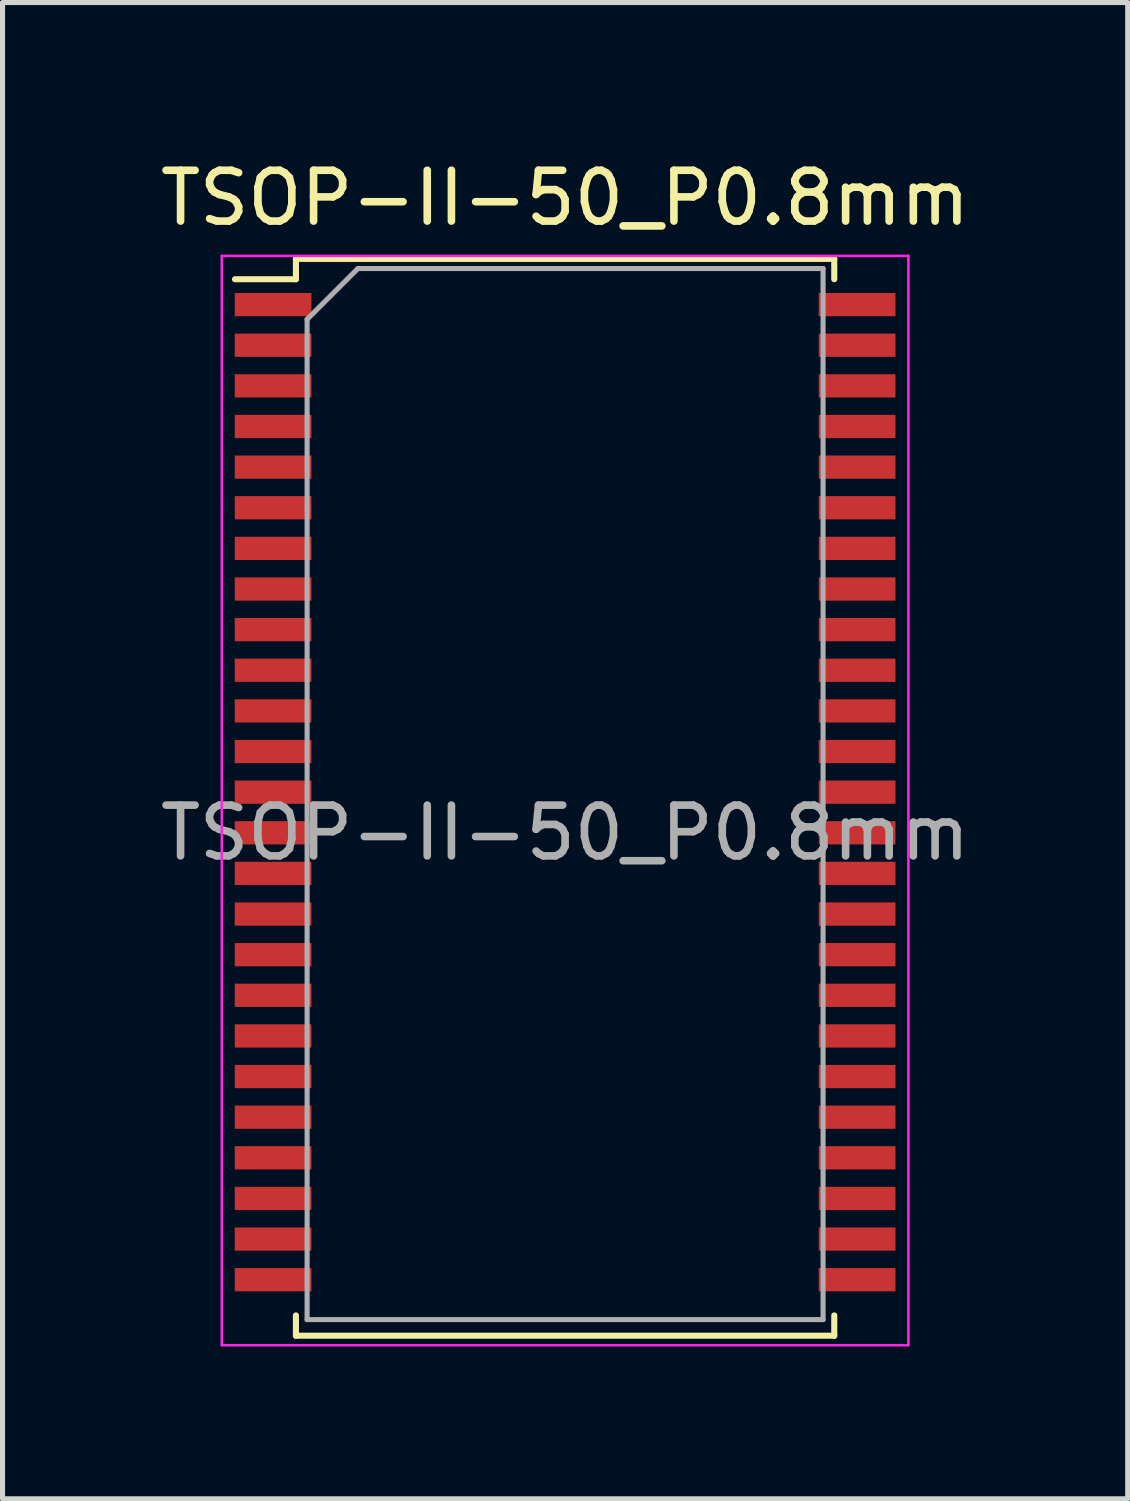
<source format=kicad_pcb>
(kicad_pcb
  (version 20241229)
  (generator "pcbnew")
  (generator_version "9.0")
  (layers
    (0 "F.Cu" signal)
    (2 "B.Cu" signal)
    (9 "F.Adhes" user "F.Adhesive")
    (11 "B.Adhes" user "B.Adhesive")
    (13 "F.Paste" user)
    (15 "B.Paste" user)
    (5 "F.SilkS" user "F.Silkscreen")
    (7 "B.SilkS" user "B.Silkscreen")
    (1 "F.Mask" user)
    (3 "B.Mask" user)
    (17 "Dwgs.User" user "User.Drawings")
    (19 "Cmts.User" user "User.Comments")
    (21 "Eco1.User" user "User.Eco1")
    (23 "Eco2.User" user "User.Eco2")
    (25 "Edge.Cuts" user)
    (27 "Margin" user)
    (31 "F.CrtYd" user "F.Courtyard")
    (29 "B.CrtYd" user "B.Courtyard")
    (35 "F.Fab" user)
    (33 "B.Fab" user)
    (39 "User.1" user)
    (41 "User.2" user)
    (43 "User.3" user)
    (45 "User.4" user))
  (footprint "TSOP-II-50_P0.8mm"
    (layer "F.Cu")
    (at 8.077 13.348)
    (property "Reference" "TSOP-II-50_P0.8mm" (at 0 -12.5 0) (layer "F.SilkS") (effects (font (size 1 1) (thickness 0.15))))
    (attr smd)
    (fp_line (start -6.5 -10.9) (end -5.3 -10.9) (stroke (width 0.12) (type solid)) (layer "F.SilkS"))
    (fp_line (start -5.3 -11.3) (end 5.3 -11.3) (stroke (width 0.12) (type solid)) (layer "F.SilkS"))
    (fp_line (start -5.3 -10.9) (end -5.3 -11.3) (stroke (width 0.12) (type solid)) (layer "F.SilkS"))
    (fp_line (start -5.3 9.503) (end -5.3 9.903) (stroke (width 0.12) (type solid)) (layer "F.SilkS"))
    (fp_line (start -5.3 9.903) (end 5.3 9.903) (stroke (width 0.12) (type solid)) (layer "F.SilkS"))
    (fp_line (start 5.3 -11.3) (end 5.3 -10.9) (stroke (width 0.12) (type solid)) (layer "F.SilkS"))
    (fp_line (start 5.3 9.503) (end 5.3 9.903) (stroke (width 0.12) (type solid)) (layer "F.SilkS"))
    (fp_line (start -6.76 -11.36) (end -6.76 10.09) (stroke (width 0.05) (type solid)) (layer "F.CrtYd"))
    (fp_line (start -6.76 -11.36) (end 6.76 -11.36) (stroke (width 0.05) (type solid)) (layer "F.CrtYd"))
    (fp_line (start 6.76 -11.36) (end 6.76 10.09) (stroke (width 0.05) (type solid)) (layer "F.CrtYd"))
    (fp_line (start 6.76 10.09) (end -6.76 10.09) (stroke (width 0.05) (type solid)) (layer "F.CrtYd"))
    (fp_line (start -5.08 9.586) (end -5.08 -10.11) (stroke (width 0.1) (type solid)) (layer "F.Fab"))
    (fp_line (start -4.08 -11.11) (end -5.08 -10.11) (stroke (width 0.1) (type solid)) (layer "F.Fab"))
    (fp_line (start -4.08 -11.11) (end 5.08 -11.11) (stroke (width 0.1) (type solid)) (layer "F.Fab"))
    (fp_line (start 5.08 -11.11) (end 5.08 9.586) (stroke (width 0.1) (type solid)) (layer "F.Fab"))
    (fp_line (start 5.08 9.586) (end -5.08 9.586) (stroke (width 0.1) (type solid)) (layer "F.Fab"))
    (fp_text user "${REFERENCE}" (at 0 0 0) (layer "F.Fab") (effects (font (size 1 1) (thickness 0.15))))
    (pad "1" smd rect (at -5.75 -10.4) (size 1.51 0.458) (layers "F.Cu" "F.Mask" "F.Paste"))
    (pad "2" smd rect (at -5.75 -9.6) (size 1.51 0.458) (layers "F.Cu" "F.Mask" "F.Paste"))
    (pad "3" smd rect (at -5.75 -8.8) (size 1.51 0.458) (layers "F.Cu" "F.Mask" "F.Paste"))
    (pad "4" smd rect (at -5.75 -8) (size 1.51 0.458) (layers "F.Cu" "F.Mask" "F.Paste"))
    (pad "5" smd rect (at -5.75 -7.2) (size 1.51 0.458) (layers "F.Cu" "F.Mask" "F.Paste"))
    (pad "6" smd rect (at -5.75 -6.4) (size 1.51 0.458) (layers "F.Cu" "F.Mask" "F.Paste"))
    (pad "7" smd rect (at -5.75 -5.6) (size 1.51 0.458) (layers "F.Cu" "F.Mask" "F.Paste"))
    (pad "8" smd rect (at -5.75 -4.8) (size 1.51 0.458) (layers "F.Cu" "F.Mask" "F.Paste"))
    (pad "9" smd rect (at -5.75 -4) (size 1.51 0.458) (layers "F.Cu" "F.Mask" "F.Paste"))
    (pad "10" smd rect (at -5.75 -3.2) (size 1.51 0.458) (layers "F.Cu" "F.Mask" "F.Paste"))
    (pad "11" smd rect (at -5.75 -2.4) (size 1.51 0.458) (layers "F.Cu" "F.Mask" "F.Paste"))
    (pad "12" smd rect (at -5.75 -1.6) (size 1.51 0.458) (layers "F.Cu" "F.Mask" "F.Paste"))
    (pad "13" smd rect (at -5.75 -0.8) (size 1.51 0.458) (layers "F.Cu" "F.Mask" "F.Paste"))
    (pad "14" smd rect (at -5.75 0) (size 1.51 0.458) (layers "F.Cu" "F.Mask" "F.Paste"))
    (pad "15" smd rect (at -5.75 0.8) (size 1.51 0.458) (layers "F.Cu" "F.Mask" "F.Paste"))
    (pad "16" smd rect (at -5.75 1.6) (size 1.51 0.458) (layers "F.Cu" "F.Mask" "F.Paste"))
    (pad "17" smd rect (at -5.75 2.4) (size 1.51 0.458) (layers "F.Cu" "F.Mask" "F.Paste"))
    (pad "18" smd rect (at -5.75 3.2) (size 1.51 0.458) (layers "F.Cu" "F.Mask" "F.Paste"))
    (pad "19" smd rect (at -5.75 4) (size 1.51 0.458) (layers "F.Cu" "F.Mask" "F.Paste"))
    (pad "20" smd rect (at -5.75 4.8) (size 1.51 0.458) (layers "F.Cu" "F.Mask" "F.Paste"))
    (pad "21" smd rect (at -5.75 5.6) (size 1.51 0.458) (layers "F.Cu" "F.Mask" "F.Paste"))
    (pad "22" smd rect (at -5.75 6.4) (size 1.51 0.458) (layers "F.Cu" "F.Mask" "F.Paste"))
    (pad "23" smd rect (at -5.75 7.2) (size 1.51 0.458) (layers "F.Cu" "F.Mask" "F.Paste"))
    (pad "24" smd rect (at -5.75 8) (size 1.51 0.458) (layers "F.Cu" "F.Mask" "F.Paste"))
    (pad "25" smd rect (at -5.75 8.8) (size 1.51 0.458) (layers "F.Cu" "F.Mask" "F.Paste"))
    (pad "26" smd rect (at 5.75 8.8) (size 1.51 0.458) (layers "F.Cu" "F.Mask" "F.Paste"))
    (pad "27" smd rect (at 5.75 8) (size 1.51 0.458) (layers "F.Cu" "F.Mask" "F.Paste"))
    (pad "28" smd rect (at 5.75 7.2) (size 1.51 0.458) (layers "F.Cu" "F.Mask" "F.Paste"))
    (pad "29" smd rect (at 5.75 6.4) (size 1.51 0.458) (layers "F.Cu" "F.Mask" "F.Paste"))
    (pad "30" smd rect (at 5.75 5.6) (size 1.51 0.458) (layers "F.Cu" "F.Mask" "F.Paste"))
    (pad "31" smd rect (at 5.75 4.8) (size 1.51 0.458) (layers "F.Cu" "F.Mask" "F.Paste"))
    (pad "32" smd rect (at 5.75 4) (size 1.51 0.458) (layers "F.Cu" "F.Mask" "F.Paste"))
    (pad "33" smd rect (at 5.75 3.2) (size 1.51 0.458) (layers "F.Cu" "F.Mask" "F.Paste"))
    (pad "34" smd rect (at 5.75 2.4) (size 1.51 0.458) (layers "F.Cu" "F.Mask" "F.Paste"))
    (pad "35" smd rect (at 5.75 1.6) (size 1.51 0.458) (layers "F.Cu" "F.Mask" "F.Paste"))
    (pad "36" smd rect (at 5.75 0.8) (size 1.51 0.458) (layers "F.Cu" "F.Mask" "F.Paste"))
    (pad "37" smd rect (at 5.75 0) (size 1.51 0.458) (layers "F.Cu" "F.Mask" "F.Paste"))
    (pad "38" smd rect (at 5.75 -0.8) (size 1.51 0.458) (layers "F.Cu" "F.Mask" "F.Paste"))
    (pad "39" smd rect (at 5.75 -1.6) (size 1.51 0.458) (layers "F.Cu" "F.Mask" "F.Paste"))
    (pad "40" smd rect (at 5.75 -2.4) (size 1.51 0.458) (layers "F.Cu" "F.Mask" "F.Paste"))
    (pad "41" smd rect (at 5.75 -3.2) (size 1.51 0.458) (layers "F.Cu" "F.Mask" "F.Paste"))
    (pad "42" smd rect (at 5.75 -4) (size 1.51 0.458) (layers "F.Cu" "F.Mask" "F.Paste"))
    (pad "43" smd rect (at 5.75 -4.8) (size 1.51 0.458) (layers "F.Cu" "F.Mask" "F.Paste"))
    (pad "44" smd rect (at 5.75 -5.6) (size 1.51 0.458) (layers "F.Cu" "F.Mask" "F.Paste"))
    (pad "45" smd rect (at 5.75 -6.4) (size 1.51 0.458) (layers "F.Cu" "F.Mask" "F.Paste"))
    (pad "46" smd rect (at 5.75 -7.2) (size 1.51 0.458) (layers "F.Cu" "F.Mask" "F.Paste"))
    (pad "47" smd rect (at 5.75 -8) (size 1.51 0.458) (layers "F.Cu" "F.Mask" "F.Paste"))
    (pad "48" smd rect (at 5.75 -8.8) (size 1.51 0.458) (layers "F.Cu" "F.Mask" "F.Paste"))
    (pad "49" smd rect (at 5.75 -9.6) (size 1.51 0.458) (layers "F.Cu" "F.Mask" "F.Paste"))
    (pad "50" smd rect (at 5.75 -10.4) (size 1.51 0.458) (layers "F.Cu" "F.Mask" "F.Paste")))
  (gr_rect
    (start -3 -3)
    (end 19.155 26.463)
    (stroke (width 0.1) (type default))
    (fill no)
    (layer "Edge.Cuts")))
</source>
